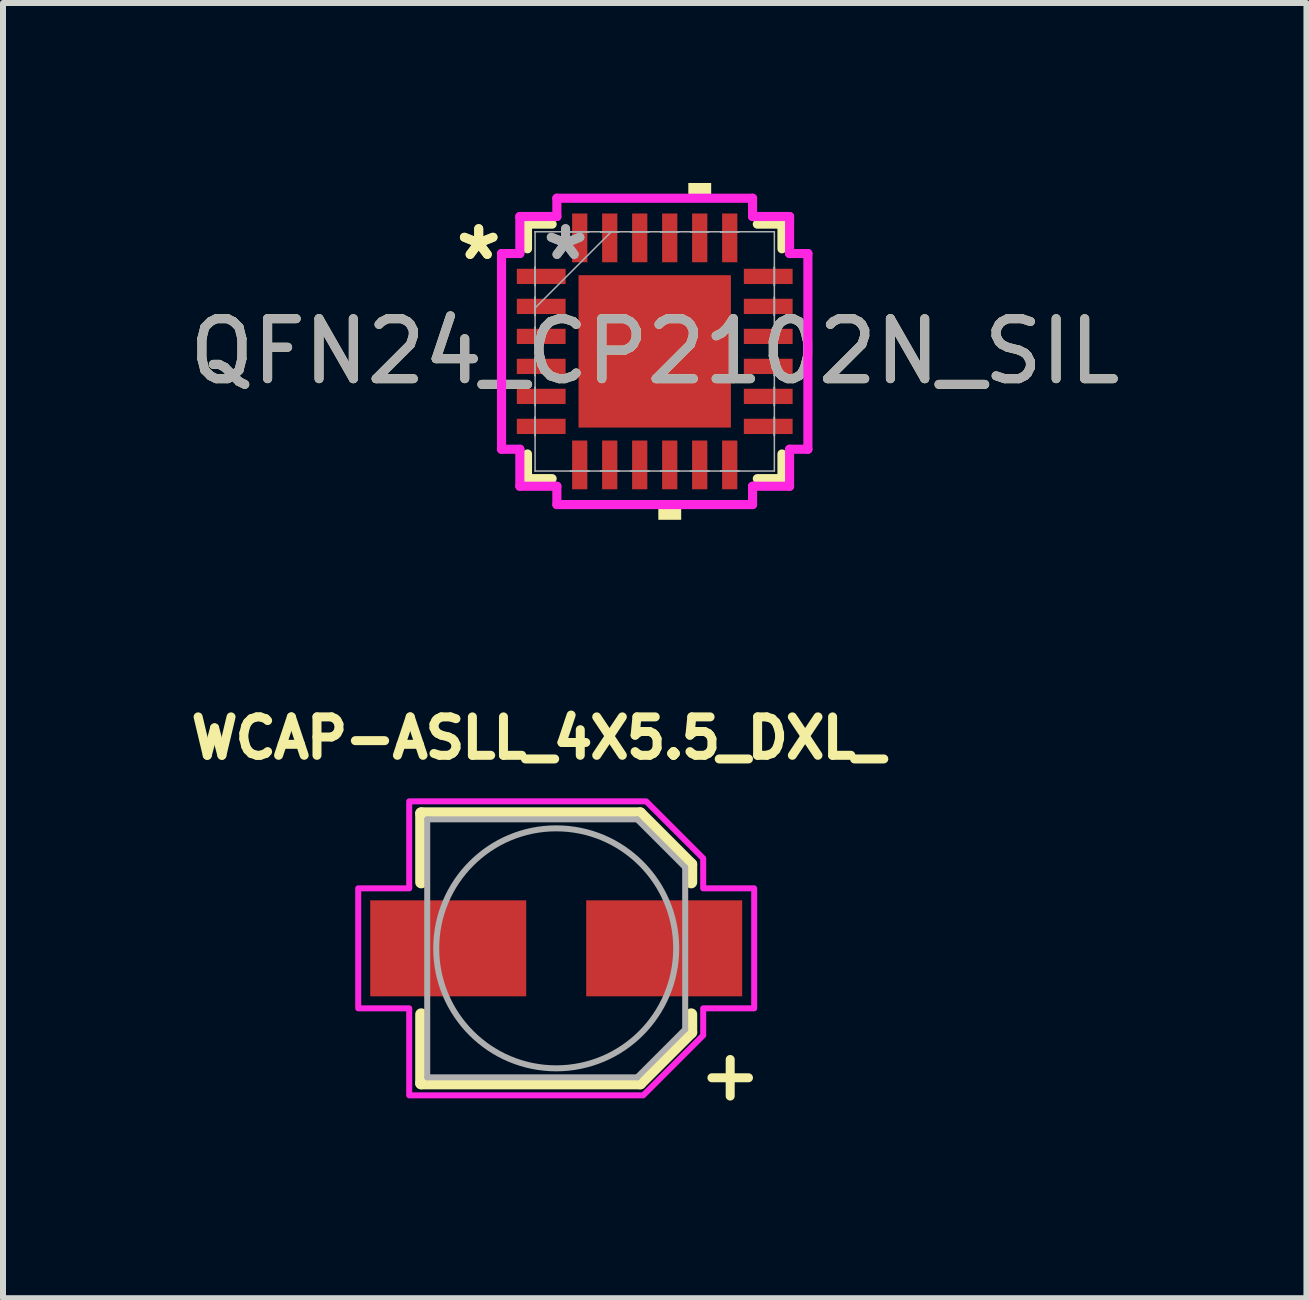
<source format=kicad_pcb>
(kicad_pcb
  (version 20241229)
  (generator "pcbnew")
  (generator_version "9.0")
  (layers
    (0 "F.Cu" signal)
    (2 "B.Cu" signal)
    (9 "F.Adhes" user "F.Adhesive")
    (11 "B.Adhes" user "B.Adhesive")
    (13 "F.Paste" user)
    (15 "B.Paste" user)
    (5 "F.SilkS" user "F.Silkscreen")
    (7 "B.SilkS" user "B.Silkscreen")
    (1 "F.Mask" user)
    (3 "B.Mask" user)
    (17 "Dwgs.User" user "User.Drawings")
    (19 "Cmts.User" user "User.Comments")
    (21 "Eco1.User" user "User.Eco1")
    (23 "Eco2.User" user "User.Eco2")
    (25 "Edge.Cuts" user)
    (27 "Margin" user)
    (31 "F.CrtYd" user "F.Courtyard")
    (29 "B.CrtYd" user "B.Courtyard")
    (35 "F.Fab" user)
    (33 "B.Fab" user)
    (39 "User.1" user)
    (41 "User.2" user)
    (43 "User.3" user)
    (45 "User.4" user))
  (footprint "WCAP-ASLL_4X5.5_DXL_"
    (layer "F.Cu")
    (at 6.221 12.757)
    (property "Reference" "WCAP-ASLL_4X5.5_DXL_" (at -0.3 -3.506 0) (layer "F.SilkS") (effects (font (size 0.64 0.64) (thickness 0.15))))
    (attr smd)
    (fp_line (start -2.25 -2.25) (end -2.25 -1.1) (stroke (width 0.2) (type solid)) (layer "F.SilkS"))
    (fp_line (start -2.25 -2.25) (end 1.4 -2.25) (stroke (width 0.2) (type solid)) (layer "F.SilkS"))
    (fp_line (start -2.25 2.25) (end -2.25 1.1) (stroke (width 0.2) (type solid)) (layer "F.SilkS"))
    (fp_line (start -2.25 2.25) (end 1.4 2.25) (stroke (width 0.2) (type solid)) (layer "F.SilkS"))
    (fp_line (start 1.4 -2.25) (end 2.25 -1.4) (stroke (width 0.2) (type solid)) (layer "F.SilkS"))
    (fp_line (start 1.4 2.25) (end 2.25 1.4) (stroke (width 0.2) (type solid)) (layer "F.SilkS"))
    (fp_line (start 2.25 -1.4) (end 2.25 -1.1) (stroke (width 0.2) (type solid)) (layer "F.SilkS"))
    (fp_line (start 2.25 1.4) (end 2.25 1.1) (stroke (width 0.2) (type solid)) (layer "F.SilkS"))
    (fp_poly (pts (xy -2.45 -2.45) (xy -2.45 -1) (xy -3.3 -1) (xy -3.3 1) (xy -2.45 1) (xy -2.45 2.45) (xy 1.45 2.45) (xy 2.45 1.45) (xy 2.45 1) (xy 3.3 1) (xy 3.3 -1) (xy 2.45 -1) (xy 2.45 -1.5) (xy 1.5 -2.45)) (stroke (width 0.1) (type solid)) (fill no) (layer "F.CrtYd"))
    (fp_line (start -2.15 -2.15) (end -2.15 2.15) (stroke (width 0.1) (type solid)) (layer "F.Fab"))
    (fp_line (start -2.15 2.15) (end 1.35 2.15) (stroke (width 0.1) (type solid)) (layer "F.Fab"))
    (fp_line (start 1.35 -2.15) (end -2.15 -2.15) (stroke (width 0.1) (type solid)) (layer "F.Fab"))
    (fp_line (start 1.35 2.15) (end 2.15 1.35) (stroke (width 0.1) (type solid)) (layer "F.Fab"))
    (fp_line (start 2.15 -1.35) (end 1.35 -2.15) (stroke (width 0.1) (type solid)) (layer "F.Fab"))
    (fp_line (start 2.15 1.35) (end 2.15 -1.35) (stroke (width 0.1) (type solid)) (layer "F.Fab"))
    (fp_circle (center 0 0) (end 2 0) (stroke (width 0.1) (type solid)) (fill no) (layer "F.Fab"))
    (fp_text user "+" (at 2.9 2.1 0) (layer "F.SilkS") (effects (font (size 0.8 0.8) (thickness 0.15))))
    (pad "1" smd rect (at 1.8 0) (size 2.6 1.6) (layers "F.Cu" "F.Mask" "F.Paste"))
    (pad "2" smd rect (at -1.8 0) (size 2.6 1.6) (layers "F.Cu" "F.Mask" "F.Paste")))
  (footprint "QFN24_CP2102N_SIL"
    (layer "F.Cu")
    (at 7.863 2.807)
    (property "Reference" "QFN24_CP2102N_SIL" (at 0 0 0) (unlocked yes) (layer "F.SilkS") (effects (font (size 1 1) (thickness 0.15))))
    (attr smd)
    (fp_line (start -2.121 -2.121) (end -2.121 -1.71) (stroke (width 0.152) (type solid)) (layer "F.SilkS"))
    (fp_line (start -2.121 1.71) (end -2.121 2.121) (stroke (width 0.152) (type solid)) (layer "F.SilkS"))
    (fp_line (start -2.121 2.121) (end -1.71 2.121) (stroke (width 0.152) (type solid)) (layer "F.SilkS"))
    (fp_line (start -1.71 -2.121) (end -2.121 -2.121) (stroke (width 0.152) (type solid)) (layer "F.SilkS"))
    (fp_line (start 1.71 2.121) (end 2.121 2.121) (stroke (width 0.152) (type solid)) (layer "F.SilkS"))
    (fp_line (start 2.121 -2.121) (end 1.71 -2.121) (stroke (width 0.152) (type solid)) (layer "F.SilkS"))
    (fp_line (start 2.121 -1.71) (end 2.121 -2.121) (stroke (width 0.152) (type solid)) (layer "F.SilkS"))
    (fp_line (start 2.121 2.121) (end 2.121 1.71) (stroke (width 0.152) (type solid)) (layer "F.SilkS"))
    (fp_poly (pts (xy 0.06 2.553) (xy 0.06 2.807) (xy 0.441 2.807) (xy 0.441 2.553)) (stroke (width 0) (type solid)) (fill yes) (layer "F.SilkS"))
    (fp_poly (pts (xy 0.56 -2.553) (xy 0.56 -2.807) (xy 0.941 -2.807) (xy 0.941 -2.553)) (stroke (width 0) (type solid)) (fill yes) (layer "F.SilkS"))
    (fp_poly (pts (xy -1.17 -1.17) (xy -1.17 -0.1) (xy -0.1 -0.1) (xy -0.1 -1.17)) (stroke (width 0) (type solid)) (fill yes) (layer "F.Paste"))
    (fp_poly (pts (xy -1.17 0.1) (xy -1.17 1.17) (xy -0.1 1.17) (xy -0.1 0.1)) (stroke (width 0) (type solid)) (fill yes) (layer "F.Paste"))
    (fp_poly (pts (xy 0.1 -1.17) (xy 0.1 -0.1) (xy 1.17 -0.1) (xy 1.17 -1.17)) (stroke (width 0) (type solid)) (fill yes) (layer "F.Paste"))
    (fp_poly (pts (xy 0.1 0.1) (xy 0.1 1.17) (xy 1.17 1.17) (xy 1.17 0.1)) (stroke (width 0) (type solid)) (fill yes) (layer "F.Paste"))
    (fp_line (start -2.553 -1.631) (end -2.248 -1.631) (stroke (width 0.152) (type solid)) (layer "F.CrtYd"))
    (fp_line (start -2.553 1.631) (end -2.553 -1.631) (stroke (width 0.152) (type solid)) (layer "F.CrtYd"))
    (fp_line (start -2.248 -2.248) (end -1.631 -2.248) (stroke (width 0.152) (type solid)) (layer "F.CrtYd"))
    (fp_line (start -2.248 -1.631) (end -2.248 -2.248) (stroke (width 0.152) (type solid)) (layer "F.CrtYd"))
    (fp_line (start -2.248 1.631) (end -2.553 1.631) (stroke (width 0.152) (type solid)) (layer "F.CrtYd"))
    (fp_line (start -2.248 2.248) (end -2.248 1.631) (stroke (width 0.152) (type solid)) (layer "F.CrtYd"))
    (fp_line (start -1.631 -2.553) (end 1.631 -2.553) (stroke (width 0.152) (type solid)) (layer "F.CrtYd"))
    (fp_line (start -1.631 -2.248) (end -1.631 -2.553) (stroke (width 0.152) (type solid)) (layer "F.CrtYd"))
    (fp_line (start -1.631 2.248) (end -2.248 2.248) (stroke (width 0.152) (type solid)) (layer "F.CrtYd"))
    (fp_line (start -1.631 2.553) (end -1.631 2.248) (stroke (width 0.152) (type solid)) (layer "F.CrtYd"))
    (fp_line (start 1.631 -2.553) (end 1.631 -2.248) (stroke (width 0.152) (type solid)) (layer "F.CrtYd"))
    (fp_line (start 1.631 -2.248) (end 2.248 -2.248) (stroke (width 0.152) (type solid)) (layer "F.CrtYd"))
    (fp_line (start 1.631 2.248) (end 1.631 2.553) (stroke (width 0.152) (type solid)) (layer "F.CrtYd"))
    (fp_line (start 1.631 2.553) (end -1.631 2.553) (stroke (width 0.152) (type solid)) (layer "F.CrtYd"))
    (fp_line (start 2.248 -2.248) (end 2.248 -1.631) (stroke (width 0.152) (type solid)) (layer "F.CrtYd"))
    (fp_line (start 2.248 -1.631) (end 2.553 -1.631) (stroke (width 0.152) (type solid)) (layer "F.CrtYd"))
    (fp_line (start 2.248 1.631) (end 2.248 2.248) (stroke (width 0.152) (type solid)) (layer "F.CrtYd"))
    (fp_line (start 2.248 2.248) (end 1.631 2.248) (stroke (width 0.152) (type solid)) (layer "F.CrtYd"))
    (fp_line (start 2.553 -1.631) (end 2.553 1.631) (stroke (width 0.152) (type solid)) (layer "F.CrtYd"))
    (fp_line (start 2.553 1.631) (end 2.248 1.631) (stroke (width 0.152) (type solid)) (layer "F.CrtYd"))
    (fp_line (start -1.994 -1.994) (end -1.994 -1.994) (stroke (width 0.025) (type solid)) (layer "F.Fab"))
    (fp_line (start -1.994 -1.994) (end -1.994 1.994) (stroke (width 0.025) (type solid)) (layer "F.Fab"))
    (fp_line (start -1.994 -1.403) (end -1.994 -1.403) (stroke (width 0.025) (type solid)) (layer "F.Fab"))
    (fp_line (start -1.994 -1.403) (end -1.994 -1.098) (stroke (width 0.025) (type solid)) (layer "F.Fab"))
    (fp_line (start -1.994 -1.098) (end -1.994 -1.403) (stroke (width 0.025) (type solid)) (layer "F.Fab"))
    (fp_line (start -1.994 -1.098) (end -1.994 -1.098) (stroke (width 0.025) (type solid)) (layer "F.Fab"))
    (fp_line (start -1.994 -0.903) (end -1.994 -0.903) (stroke (width 0.025) (type solid)) (layer "F.Fab"))
    (fp_line (start -1.994 -0.903) (end -1.994 -0.598) (stroke (width 0.025) (type solid)) (layer "F.Fab"))
    (fp_line (start -1.994 -0.724) (end -0.724 -1.994) (stroke (width 0.025) (type solid)) (layer "F.Fab"))
    (fp_line (start -1.994 -0.598) (end -1.994 -0.903) (stroke (width 0.025) (type solid)) (layer "F.Fab"))
    (fp_line (start -1.994 -0.598) (end -1.994 -0.598) (stroke (width 0.025) (type solid)) (layer "F.Fab"))
    (fp_line (start -1.994 -0.402) (end -1.994 -0.402) (stroke (width 0.025) (type solid)) (layer "F.Fab"))
    (fp_line (start -1.994 -0.402) (end -1.994 -0.098) (stroke (width 0.025) (type solid)) (layer "F.Fab"))
    (fp_line (start -1.994 -0.098) (end -1.994 -0.402) (stroke (width 0.025) (type solid)) (layer "F.Fab"))
    (fp_line (start -1.994 -0.098) (end -1.994 -0.098) (stroke (width 0.025) (type solid)) (layer "F.Fab"))
    (fp_line (start -1.994 0.098) (end -1.994 0.098) (stroke (width 0.025) (type solid)) (layer "F.Fab"))
    (fp_line (start -1.994 0.098) (end -1.994 0.402) (stroke (width 0.025) (type solid)) (layer "F.Fab"))
    (fp_line (start -1.994 0.402) (end -1.994 0.098) (stroke (width 0.025) (type solid)) (layer "F.Fab"))
    (fp_line (start -1.994 0.402) (end -1.994 0.402) (stroke (width 0.025) (type solid)) (layer "F.Fab"))
    (fp_line (start -1.994 0.598) (end -1.994 0.598) (stroke (width 0.025) (type solid)) (layer "F.Fab"))
    (fp_line (start -1.994 0.598) (end -1.994 0.903) (stroke (width 0.025) (type solid)) (layer "F.Fab"))
    (fp_line (start -1.994 0.903) (end -1.994 0.598) (stroke (width 0.025) (type solid)) (layer "F.Fab"))
    (fp_line (start -1.994 0.903) (end -1.994 0.903) (stroke (width 0.025) (type solid)) (layer "F.Fab"))
    (fp_line (start -1.994 1.098) (end -1.994 1.098) (stroke (width 0.025) (type solid)) (layer "F.Fab"))
    (fp_line (start -1.994 1.098) (end -1.994 1.403) (stroke (width 0.025) (type solid)) (layer "F.Fab"))
    (fp_line (start -1.994 1.403) (end -1.994 1.098) (stroke (width 0.025) (type solid)) (layer "F.Fab"))
    (fp_line (start -1.994 1.403) (end -1.994 1.403) (stroke (width 0.025) (type solid)) (layer "F.Fab"))
    (fp_line (start -1.994 1.994) (end -1.994 1.994) (stroke (width 0.025) (type solid)) (layer "F.Fab"))
    (fp_line (start -1.994 1.994) (end 1.994 1.994) (stroke (width 0.025) (type solid)) (layer "F.Fab"))
    (fp_line (start -1.403 -1.994) (end -1.403 -1.994) (stroke (width 0.025) (type solid)) (layer "F.Fab"))
    (fp_line (start -1.403 -1.994) (end -1.098 -1.994) (stroke (width 0.025) (type solid)) (layer "F.Fab"))
    (fp_line (start -1.403 1.994) (end -1.403 1.994) (stroke (width 0.025) (type solid)) (layer "F.Fab"))
    (fp_line (start -1.403 1.994) (end -1.098 1.994) (stroke (width 0.025) (type solid)) (layer "F.Fab"))
    (fp_line (start -1.098 -1.994) (end -1.403 -1.994) (stroke (width 0.025) (type solid)) (layer "F.Fab"))
    (fp_line (start -1.098 -1.994) (end -1.098 -1.994) (stroke (width 0.025) (type solid)) (layer "F.Fab"))
    (fp_line (start -1.098 1.994) (end -1.403 1.994) (stroke (width 0.025) (type solid)) (layer "F.Fab"))
    (fp_line (start -1.098 1.994) (end -1.098 1.994) (stroke (width 0.025) (type solid)) (layer "F.Fab"))
    (fp_line (start -0.903 -1.994) (end -0.903 -1.994) (stroke (width 0.025) (type solid)) (layer "F.Fab"))
    (fp_line (start -0.903 -1.994) (end -0.598 -1.994) (stroke (width 0.025) (type solid)) (layer "F.Fab"))
    (fp_line (start -0.903 1.994) (end -0.903 1.994) (stroke (width 0.025) (type solid)) (layer "F.Fab"))
    (fp_line (start -0.903 1.994) (end -0.598 1.994) (stroke (width 0.025) (type solid)) (layer "F.Fab"))
    (fp_line (start -0.598 -1.994) (end -0.903 -1.994) (stroke (width 0.025) (type solid)) (layer "F.Fab"))
    (fp_line (start -0.598 -1.994) (end -0.598 -1.994) (stroke (width 0.025) (type solid)) (layer "F.Fab"))
    (fp_line (start -0.598 1.994) (end -0.903 1.994) (stroke (width 0.025) (type solid)) (layer "F.Fab"))
    (fp_line (start -0.598 1.994) (end -0.598 1.994) (stroke (width 0.025) (type solid)) (layer "F.Fab"))
    (fp_line (start -0.402 -1.994) (end -0.402 -1.994) (stroke (width 0.025) (type solid)) (layer "F.Fab"))
    (fp_line (start -0.402 -1.994) (end -0.098 -1.994) (stroke (width 0.025) (type solid)) (layer "F.Fab"))
    (fp_line (start -0.402 1.994) (end -0.402 1.994) (stroke (width 0.025) (type solid)) (layer "F.Fab"))
    (fp_line (start -0.402 1.994) (end -0.098 1.994) (stroke (width 0.025) (type solid)) (layer "F.Fab"))
    (fp_line (start -0.098 -1.994) (end -0.402 -1.994) (stroke (width 0.025) (type solid)) (layer "F.Fab"))
    (fp_line (start -0.098 -1.994) (end -0.098 -1.994) (stroke (width 0.025) (type solid)) (layer "F.Fab"))
    (fp_line (start -0.098 1.994) (end -0.402 1.994) (stroke (width 0.025) (type solid)) (layer "F.Fab"))
    (fp_line (start -0.098 1.994) (end -0.098 1.994) (stroke (width 0.025) (type solid)) (layer "F.Fab"))
    (fp_line (start 0.098 -1.994) (end 0.098 -1.994) (stroke (width 0.025) (type solid)) (layer "F.Fab"))
    (fp_line (start 0.098 -1.994) (end 0.402 -1.994) (stroke (width 0.025) (type solid)) (layer "F.Fab"))
    (fp_line (start 0.098 1.994) (end 0.098 1.994) (stroke (width 0.025) (type solid)) (layer "F.Fab"))
    (fp_line (start 0.098 1.994) (end 0.402 1.994) (stroke (width 0.025) (type solid)) (layer "F.Fab"))
    (fp_line (start 0.402 -1.994) (end 0.098 -1.994) (stroke (width 0.025) (type solid)) (layer "F.Fab"))
    (fp_line (start 0.402 -1.994) (end 0.402 -1.994) (stroke (width 0.025) (type solid)) (layer "F.Fab"))
    (fp_line (start 0.402 1.994) (end 0.098 1.994) (stroke (width 0.025) (type solid)) (layer "F.Fab"))
    (fp_line (start 0.402 1.994) (end 0.402 1.994) (stroke (width 0.025) (type solid)) (layer "F.Fab"))
    (fp_line (start 0.598 -1.994) (end 0.598 -1.994) (stroke (width 0.025) (type solid)) (layer "F.Fab"))
    (fp_line (start 0.598 -1.994) (end 0.903 -1.994) (stroke (width 0.025) (type solid)) (layer "F.Fab"))
    (fp_line (start 0.598 1.994) (end 0.598 1.994) (stroke (width 0.025) (type solid)) (layer "F.Fab"))
    (fp_line (start 0.598 1.994) (end 0.903 1.994) (stroke (width 0.025) (type solid)) (layer "F.Fab"))
    (fp_line (start 0.903 -1.994) (end 0.598 -1.994) (stroke (width 0.025) (type solid)) (layer "F.Fab"))
    (fp_line (start 0.903 -1.994) (end 0.903 -1.994) (stroke (width 0.025) (type solid)) (layer "F.Fab"))
    (fp_line (start 0.903 1.994) (end 0.598 1.994) (stroke (width 0.025) (type solid)) (layer "F.Fab"))
    (fp_line (start 0.903 1.994) (end 0.903 1.994) (stroke (width 0.025) (type solid)) (layer "F.Fab"))
    (fp_line (start 1.098 -1.994) (end 1.098 -1.994) (stroke (width 0.025) (type solid)) (layer "F.Fab"))
    (fp_line (start 1.098 -1.994) (end 1.403 -1.994) (stroke (width 0.025) (type solid)) (layer "F.Fab"))
    (fp_line (start 1.098 1.994) (end 1.098 1.994) (stroke (width 0.025) (type solid)) (layer "F.Fab"))
    (fp_line (start 1.098 1.994) (end 1.403 1.994) (stroke (width 0.025) (type solid)) (layer "F.Fab"))
    (fp_line (start 1.403 -1.994) (end 1.098 -1.994) (stroke (width 0.025) (type solid)) (layer "F.Fab"))
    (fp_line (start 1.403 -1.994) (end 1.403 -1.994) (stroke (width 0.025) (type solid)) (layer "F.Fab"))
    (fp_line (start 1.403 1.994) (end 1.098 1.994) (stroke (width 0.025) (type solid)) (layer "F.Fab"))
    (fp_line (start 1.403 1.994) (end 1.403 1.994) (stroke (width 0.025) (type solid)) (layer "F.Fab"))
    (fp_line (start 1.994 -1.994) (end -1.994 -1.994) (stroke (width 0.025) (type solid)) (layer "F.Fab"))
    (fp_line (start 1.994 -1.994) (end 1.994 -1.994) (stroke (width 0.025) (type solid)) (layer "F.Fab"))
    (fp_line (start 1.994 -1.403) (end 1.994 -1.403) (stroke (width 0.025) (type solid)) (layer "F.Fab"))
    (fp_line (start 1.994 -1.403) (end 1.994 -1.098) (stroke (width 0.025) (type solid)) (layer "F.Fab"))
    (fp_line (start 1.994 -1.098) (end 1.994 -1.403) (stroke (width 0.025) (type solid)) (layer "F.Fab"))
    (fp_line (start 1.994 -1.098) (end 1.994 -1.098) (stroke (width 0.025) (type solid)) (layer "F.Fab"))
    (fp_line (start 1.994 -0.903) (end 1.994 -0.903) (stroke (width 0.025) (type solid)) (layer "F.Fab"))
    (fp_line (start 1.994 -0.903) (end 1.994 -0.598) (stroke (width 0.025) (type solid)) (layer "F.Fab"))
    (fp_line (start 1.994 -0.598) (end 1.994 -0.903) (stroke (width 0.025) (type solid)) (layer "F.Fab"))
    (fp_line (start 1.994 -0.598) (end 1.994 -0.598) (stroke (width 0.025) (type solid)) (layer "F.Fab"))
    (fp_line (start 1.994 -0.402) (end 1.994 -0.402) (stroke (width 0.025) (type solid)) (layer "F.Fab"))
    (fp_line (start 1.994 -0.402) (end 1.994 -0.098) (stroke (width 0.025) (type solid)) (layer "F.Fab"))
    (fp_line (start 1.994 -0.098) (end 1.994 -0.402) (stroke (width 0.025) (type solid)) (layer "F.Fab"))
    (fp_line (start 1.994 -0.098) (end 1.994 -0.098) (stroke (width 0.025) (type solid)) (layer "F.Fab"))
    (fp_line (start 1.994 0.098) (end 1.994 0.098) (stroke (width 0.025) (type solid)) (layer "F.Fab"))
    (fp_line (start 1.994 0.098) (end 1.994 0.402) (stroke (width 0.025) (type solid)) (layer "F.Fab"))
    (fp_line (start 1.994 0.402) (end 1.994 0.098) (stroke (width 0.025) (type solid)) (layer "F.Fab"))
    (fp_line (start 1.994 0.402) (end 1.994 0.402) (stroke (width 0.025) (type solid)) (layer "F.Fab"))
    (fp_line (start 1.994 0.598) (end 1.994 0.598) (stroke (width 0.025) (type solid)) (layer "F.Fab"))
    (fp_line (start 1.994 0.598) (end 1.994 0.903) (stroke (width 0.025) (type solid)) (layer "F.Fab"))
    (fp_line (start 1.994 0.903) (end 1.994 0.598) (stroke (width 0.025) (type solid)) (layer "F.Fab"))
    (fp_line (start 1.994 0.903) (end 1.994 0.903) (stroke (width 0.025) (type solid)) (layer "F.Fab"))
    (fp_line (start 1.994 1.098) (end 1.994 1.098) (stroke (width 0.025) (type solid)) (layer "F.Fab"))
    (fp_line (start 1.994 1.098) (end 1.994 1.403) (stroke (width 0.025) (type solid)) (layer "F.Fab"))
    (fp_line (start 1.994 1.403) (end 1.994 1.098) (stroke (width 0.025) (type solid)) (layer "F.Fab"))
    (fp_line (start 1.994 1.403) (end 1.994 1.403) (stroke (width 0.025) (type solid)) (layer "F.Fab"))
    (fp_line (start 1.994 1.994) (end 1.994 -1.994) (stroke (width 0.025) (type solid)) (layer "F.Fab"))
    (fp_line (start 1.994 1.994) (end 1.994 1.994) (stroke (width 0.025) (type solid)) (layer "F.Fab"))
    (fp_text user "*" (at -2.934 -1.5 0) (layer "F.SilkS") (effects (font (size 1 1) (thickness 0.15))))
    (fp_text user "*" (at -2.934 -1.5 0) (unlocked yes) (layer "F.SilkS") (effects (font (size 1 1) (thickness 0.15))))
    (fp_text user "${REFERENCE}" (at 0 0 0) (unlocked yes) (layer "F.Fab") (effects (font (size 1 1) (thickness 0.15))))
    (fp_text user "*" (at -1.486 -1.5 0) (layer "F.Fab") (effects (font (size 1 1) (thickness 0.15))))
    (fp_text user "*" (at -1.486 -1.5 0) (unlocked yes) (layer "F.Fab") (effects (font (size 1 1) (thickness 0.15))))
    (pad "1" smd rect (at -1.892 -1.25 90) (size 0.254 0.813) (layers "F.Cu" "F.Mask" "F.Paste"))
    (pad "2" smd rect (at -1.892 -0.75 90) (size 0.254 0.813) (layers "F.Cu" "F.Mask" "F.Paste"))
    (pad "3" smd rect (at -1.892 -0.25 90) (size 0.254 0.813) (layers "F.Cu" "F.Mask" "F.Paste"))
    (pad "4" smd rect (at -1.892 0.25 90) (size 0.254 0.813) (layers "F.Cu" "F.Mask" "F.Paste"))
    (pad "5" smd rect (at -1.892 0.75 90) (size 0.254 0.813) (layers "F.Cu" "F.Mask" "F.Paste"))
    (pad "6" smd rect (at -1.892 1.25 90) (size 0.254 0.813) (layers "F.Cu" "F.Mask" "F.Paste"))
    (pad "7" smd rect (at -1.25 1.892) (size 0.254 0.813) (layers "F.Cu" "F.Mask" "F.Paste"))
    (pad "8" smd rect (at -0.75 1.892) (size 0.254 0.813) (layers "F.Cu" "F.Mask" "F.Paste"))
    (pad "9" smd rect (at -0.25 1.892) (size 0.254 0.813) (layers "F.Cu" "F.Mask" "F.Paste"))
    (pad "10" smd rect (at 0.25 1.892) (size 0.254 0.813) (layers "F.Cu" "F.Mask" "F.Paste"))
    (pad "11" smd rect (at 0.75 1.892) (size 0.254 0.813) (layers "F.Cu" "F.Mask" "F.Paste"))
    (pad "12" smd rect (at 1.25 1.892) (size 0.254 0.813) (layers "F.Cu" "F.Mask" "F.Paste"))
    (pad "13" smd rect (at 1.892 1.25 90) (size 0.254 0.813) (layers "F.Cu" "F.Mask" "F.Paste"))
    (pad "14" smd rect (at 1.892 0.75 90) (size 0.254 0.813) (layers "F.Cu" "F.Mask" "F.Paste"))
    (pad "15" smd rect (at 1.892 0.25 90) (size 0.254 0.813) (layers "F.Cu" "F.Mask" "F.Paste"))
    (pad "16" smd rect (at 1.892 -0.25 90) (size 0.254 0.813) (layers "F.Cu" "F.Mask" "F.Paste"))
    (pad "17" smd rect (at 1.892 -0.75 90) (size 0.254 0.813) (layers "F.Cu" "F.Mask" "F.Paste"))
    (pad "18" smd rect (at 1.892 -1.25 90) (size 0.254 0.813) (layers "F.Cu" "F.Mask" "F.Paste"))
    (pad "19" smd rect (at 1.25 -1.892) (size 0.254 0.813) (layers "F.Cu" "F.Mask" "F.Paste"))
    (pad "20" smd rect (at 0.75 -1.892) (size 0.254 0.813) (layers "F.Cu" "F.Mask" "F.Paste"))
    (pad "21" smd rect (at 0.25 -1.892) (size 0.254 0.813) (layers "F.Cu" "F.Mask" "F.Paste"))
    (pad "22" smd rect (at -0.25 -1.892) (size 0.254 0.813) (layers "F.Cu" "F.Mask" "F.Paste"))
    (pad "23" smd rect (at -0.75 -1.892) (size 0.254 0.813) (layers "F.Cu" "F.Mask" "F.Paste"))
    (pad "24" smd rect (at -1.25 -1.892) (size 0.254 0.813) (layers "F.Cu" "F.Mask" "F.Paste"))
    (pad "25" smd rect (at 0 0) (size 2.54 2.54) (layers "F.Cu" "F.Mask" "F.Paste")))
  (gr_rect
    (start -3 -3)
    (end 18.726 18.589)
    (stroke (width 0.1) (type default))
    (fill no)
    (layer "Edge.Cuts")))
</source>
